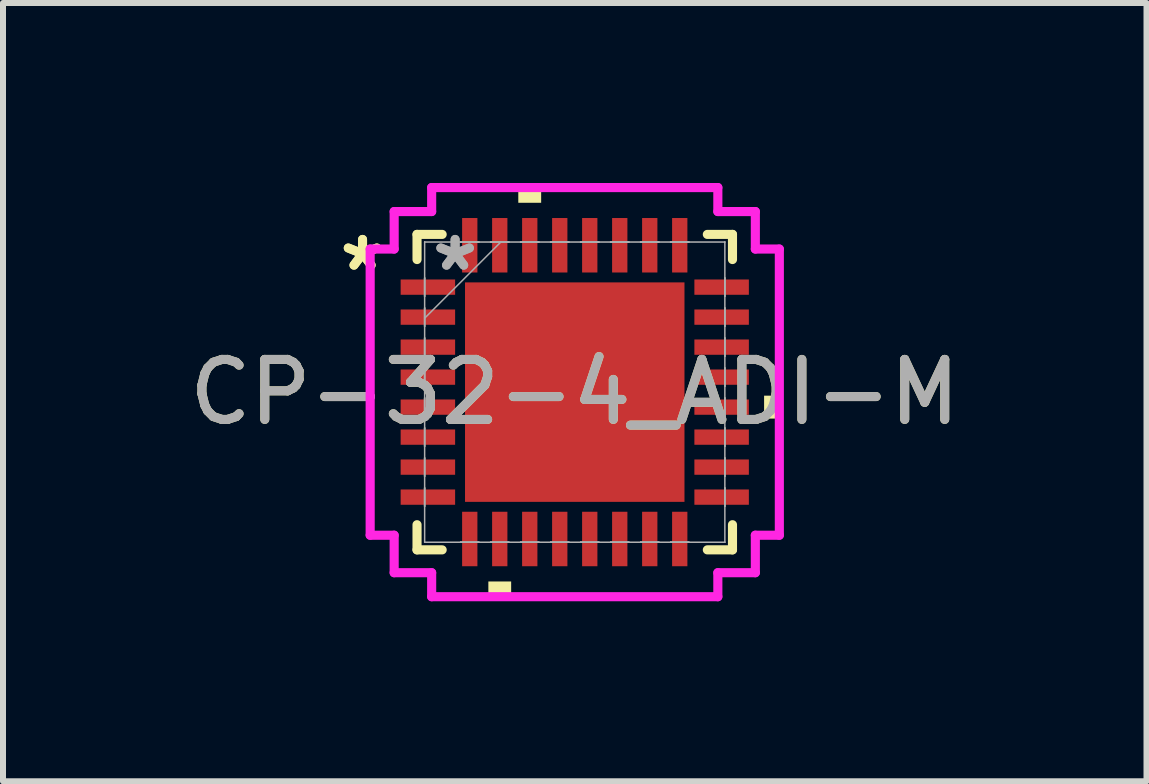
<source format=kicad_pcb>
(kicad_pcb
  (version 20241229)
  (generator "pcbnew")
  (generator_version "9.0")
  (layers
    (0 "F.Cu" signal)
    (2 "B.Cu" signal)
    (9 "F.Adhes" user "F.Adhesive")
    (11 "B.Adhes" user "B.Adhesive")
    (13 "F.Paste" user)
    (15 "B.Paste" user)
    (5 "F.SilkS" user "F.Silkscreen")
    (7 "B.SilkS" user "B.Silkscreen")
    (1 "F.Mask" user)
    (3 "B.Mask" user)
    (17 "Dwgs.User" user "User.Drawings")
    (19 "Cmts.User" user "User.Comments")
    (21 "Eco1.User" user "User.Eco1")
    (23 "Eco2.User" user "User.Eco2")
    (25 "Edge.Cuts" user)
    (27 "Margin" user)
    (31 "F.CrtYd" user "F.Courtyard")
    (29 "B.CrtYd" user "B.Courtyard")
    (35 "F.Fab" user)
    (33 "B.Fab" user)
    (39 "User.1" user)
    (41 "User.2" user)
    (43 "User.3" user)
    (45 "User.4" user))
  (footprint "CP-32-4_ADI-M"
    (layer "F.Cu")
    (at 6.53 3.486)
    (property "Reference" "CP-32-4_ADI-M" (at 0 0 0) (unlocked yes) (layer "F.SilkS") (effects (font (size 1 1) (thickness 0.15))))
    (attr smd)
    (fp_line (start -2.629 -2.629) (end -2.629 -2.21) (stroke (width 0.152) (type solid)) (layer "F.SilkS"))
    (fp_line (start -2.629 2.21) (end -2.629 2.629) (stroke (width 0.152) (type solid)) (layer "F.SilkS"))
    (fp_line (start -2.629 2.629) (end -2.21 2.629) (stroke (width 0.152) (type solid)) (layer "F.SilkS"))
    (fp_line (start -2.21 -2.629) (end -2.629 -2.629) (stroke (width 0.152) (type solid)) (layer "F.SilkS"))
    (fp_line (start 2.21 2.629) (end 2.629 2.629) (stroke (width 0.152) (type solid)) (layer "F.SilkS"))
    (fp_line (start 2.629 -2.629) (end 2.21 -2.629) (stroke (width 0.152) (type solid)) (layer "F.SilkS"))
    (fp_line (start 2.629 -2.21) (end 2.629 -2.629) (stroke (width 0.152) (type solid)) (layer "F.SilkS"))
    (fp_line (start 2.629 2.629) (end 2.629 2.21) (stroke (width 0.152) (type solid)) (layer "F.SilkS"))
    (fp_poly (pts (xy -1.44 3.156) (xy -1.44 3.41) (xy -1.06 3.41) (xy -1.06 3.156)) (stroke (width 0) (type solid)) (fill yes) (layer "F.SilkS"))
    (fp_poly (pts (xy -0.941 -3.156) (xy -0.941 -3.41) (xy -0.56 -3.41) (xy -0.56 -3.156)) (stroke (width 0) (type solid)) (fill yes) (layer "F.SilkS"))
    (fp_poly (pts (xy 3.41 0.059) (xy 3.41 0.441) (xy 3.156 0.441) (xy 3.156 0.059)) (stroke (width 0) (type solid)) (fill yes) (layer "F.SilkS"))
    (fp_poly (pts (xy -1.729 -1.729) (xy -1.729 -0.1) (xy -0.1 -0.1) (xy -0.1 -1.729)) (stroke (width 0) (type solid)) (fill yes) (layer "F.Paste"))
    (fp_poly (pts (xy -1.729 0.1) (xy -1.729 1.729) (xy -0.1 1.729) (xy -0.1 0.1)) (stroke (width 0) (type solid)) (fill yes) (layer "F.Paste"))
    (fp_poly (pts (xy 0.1 -1.729) (xy 0.1 -0.1) (xy 1.729 -0.1) (xy 1.729 -1.729)) (stroke (width 0) (type solid)) (fill yes) (layer "F.Paste"))
    (fp_poly (pts (xy 0.1 0.1) (xy 0.1 1.729) (xy 1.729 1.729) (xy 1.729 0.1)) (stroke (width 0) (type solid)) (fill yes) (layer "F.Paste"))
    (fp_line (start -3.41 -2.385) (end -3.01 -2.385) (stroke (width 0.152) (type solid)) (layer "F.CrtYd"))
    (fp_line (start -3.41 2.385) (end -3.41 -2.385) (stroke (width 0.152) (type solid)) (layer "F.CrtYd"))
    (fp_line (start -3.01 -3.01) (end -2.385 -3.01) (stroke (width 0.152) (type solid)) (layer "F.CrtYd"))
    (fp_line (start -3.01 -2.385) (end -3.01 -3.01) (stroke (width 0.152) (type solid)) (layer "F.CrtYd"))
    (fp_line (start -3.01 2.385) (end -3.41 2.385) (stroke (width 0.152) (type solid)) (layer "F.CrtYd"))
    (fp_line (start -3.01 3.01) (end -3.01 2.385) (stroke (width 0.152) (type solid)) (layer "F.CrtYd"))
    (fp_line (start -2.385 -3.41) (end 2.385 -3.41) (stroke (width 0.152) (type solid)) (layer "F.CrtYd"))
    (fp_line (start -2.385 -3.01) (end -2.385 -3.41) (stroke (width 0.152) (type solid)) (layer "F.CrtYd"))
    (fp_line (start -2.385 3.01) (end -3.01 3.01) (stroke (width 0.152) (type solid)) (layer "F.CrtYd"))
    (fp_line (start -2.385 3.41) (end -2.385 3.01) (stroke (width 0.152) (type solid)) (layer "F.CrtYd"))
    (fp_line (start 2.385 -3.41) (end 2.385 -3.01) (stroke (width 0.152) (type solid)) (layer "F.CrtYd"))
    (fp_line (start 2.385 -3.01) (end 3.01 -3.01) (stroke (width 0.152) (type solid)) (layer "F.CrtYd"))
    (fp_line (start 2.385 3.01) (end 2.385 3.41) (stroke (width 0.152) (type solid)) (layer "F.CrtYd"))
    (fp_line (start 2.385 3.41) (end -2.385 3.41) (stroke (width 0.152) (type solid)) (layer "F.CrtYd"))
    (fp_line (start 3.01 -3.01) (end 3.01 -2.385) (stroke (width 0.152) (type solid)) (layer "F.CrtYd"))
    (fp_line (start 3.01 -2.385) (end 3.41 -2.385) (stroke (width 0.152) (type solid)) (layer "F.CrtYd"))
    (fp_line (start 3.01 2.385) (end 3.01 3.01) (stroke (width 0.152) (type solid)) (layer "F.CrtYd"))
    (fp_line (start 3.01 3.01) (end 2.385 3.01) (stroke (width 0.152) (type solid)) (layer "F.CrtYd"))
    (fp_line (start 3.41 -2.385) (end 3.41 2.385) (stroke (width 0.152) (type solid)) (layer "F.CrtYd"))
    (fp_line (start 3.41 2.385) (end 3.01 2.385) (stroke (width 0.152) (type solid)) (layer "F.CrtYd"))
    (fp_line (start -2.502 -2.502) (end -2.502 -2.502) (stroke (width 0.025) (type solid)) (layer "F.Fab"))
    (fp_line (start -2.502 -2.502) (end -2.502 2.502) (stroke (width 0.025) (type solid)) (layer "F.Fab"))
    (fp_line (start -2.502 -1.902) (end -2.502 -1.902) (stroke (width 0.025) (type solid)) (layer "F.Fab"))
    (fp_line (start -2.502 -1.902) (end -2.502 -1.598) (stroke (width 0.025) (type solid)) (layer "F.Fab"))
    (fp_line (start -2.502 -1.598) (end -2.502 -1.902) (stroke (width 0.025) (type solid)) (layer "F.Fab"))
    (fp_line (start -2.502 -1.598) (end -2.502 -1.598) (stroke (width 0.025) (type solid)) (layer "F.Fab"))
    (fp_line (start -2.502 -1.402) (end -2.502 -1.402) (stroke (width 0.025) (type solid)) (layer "F.Fab"))
    (fp_line (start -2.502 -1.402) (end -2.502 -1.098) (stroke (width 0.025) (type solid)) (layer "F.Fab"))
    (fp_line (start -2.502 -1.232) (end -1.232 -2.502) (stroke (width 0.025) (type solid)) (layer "F.Fab"))
    (fp_line (start -2.502 -1.098) (end -2.502 -1.402) (stroke (width 0.025) (type solid)) (layer "F.Fab"))
    (fp_line (start -2.502 -1.098) (end -2.502 -1.098) (stroke (width 0.025) (type solid)) (layer "F.Fab"))
    (fp_line (start -2.502 -0.902) (end -2.502 -0.902) (stroke (width 0.025) (type solid)) (layer "F.Fab"))
    (fp_line (start -2.502 -0.902) (end -2.502 -0.598) (stroke (width 0.025) (type solid)) (layer "F.Fab"))
    (fp_line (start -2.502 -0.598) (end -2.502 -0.902) (stroke (width 0.025) (type solid)) (layer "F.Fab"))
    (fp_line (start -2.502 -0.598) (end -2.502 -0.598) (stroke (width 0.025) (type solid)) (layer "F.Fab"))
    (fp_line (start -2.502 -0.402) (end -2.502 -0.402) (stroke (width 0.025) (type solid)) (layer "F.Fab"))
    (fp_line (start -2.502 -0.402) (end -2.502 -0.098) (stroke (width 0.025) (type solid)) (layer "F.Fab"))
    (fp_line (start -2.502 -0.098) (end -2.502 -0.402) (stroke (width 0.025) (type solid)) (layer "F.Fab"))
    (fp_line (start -2.502 -0.098) (end -2.502 -0.098) (stroke (width 0.025) (type solid)) (layer "F.Fab"))
    (fp_line (start -2.502 0.098) (end -2.502 0.098) (stroke (width 0.025) (type solid)) (layer "F.Fab"))
    (fp_line (start -2.502 0.098) (end -2.502 0.402) (stroke (width 0.025) (type solid)) (layer "F.Fab"))
    (fp_line (start -2.502 0.402) (end -2.502 0.098) (stroke (width 0.025) (type solid)) (layer "F.Fab"))
    (fp_line (start -2.502 0.402) (end -2.502 0.402) (stroke (width 0.025) (type solid)) (layer "F.Fab"))
    (fp_line (start -2.502 0.598) (end -2.502 0.598) (stroke (width 0.025) (type solid)) (layer "F.Fab"))
    (fp_line (start -2.502 0.598) (end -2.502 0.902) (stroke (width 0.025) (type solid)) (layer "F.Fab"))
    (fp_line (start -2.502 0.902) (end -2.502 0.598) (stroke (width 0.025) (type solid)) (layer "F.Fab"))
    (fp_line (start -2.502 0.902) (end -2.502 0.902) (stroke (width 0.025) (type solid)) (layer "F.Fab"))
    (fp_line (start -2.502 1.098) (end -2.502 1.098) (stroke (width 0.025) (type solid)) (layer "F.Fab"))
    (fp_line (start -2.502 1.098) (end -2.502 1.402) (stroke (width 0.025) (type solid)) (layer "F.Fab"))
    (fp_line (start -2.502 1.402) (end -2.502 1.098) (stroke (width 0.025) (type solid)) (layer "F.Fab"))
    (fp_line (start -2.502 1.402) (end -2.502 1.402) (stroke (width 0.025) (type solid)) (layer "F.Fab"))
    (fp_line (start -2.502 1.598) (end -2.502 1.598) (stroke (width 0.025) (type solid)) (layer "F.Fab"))
    (fp_line (start -2.502 1.598) (end -2.502 1.902) (stroke (width 0.025) (type solid)) (layer "F.Fab"))
    (fp_line (start -2.502 1.902) (end -2.502 1.598) (stroke (width 0.025) (type solid)) (layer "F.Fab"))
    (fp_line (start -2.502 1.902) (end -2.502 1.902) (stroke (width 0.025) (type solid)) (layer "F.Fab"))
    (fp_line (start -2.502 2.502) (end -2.502 2.502) (stroke (width 0.025) (type solid)) (layer "F.Fab"))
    (fp_line (start -2.502 2.502) (end 2.502 2.502) (stroke (width 0.025) (type solid)) (layer "F.Fab"))
    (fp_line (start -1.902 -2.502) (end -1.902 -2.502) (stroke (width 0.025) (type solid)) (layer "F.Fab"))
    (fp_line (start -1.902 -2.502) (end -1.598 -2.502) (stroke (width 0.025) (type solid)) (layer "F.Fab"))
    (fp_line (start -1.902 2.502) (end -1.902 2.502) (stroke (width 0.025) (type solid)) (layer "F.Fab"))
    (fp_line (start -1.902 2.502) (end -1.598 2.502) (stroke (width 0.025) (type solid)) (layer "F.Fab"))
    (fp_line (start -1.598 -2.502) (end -1.902 -2.502) (stroke (width 0.025) (type solid)) (layer "F.Fab"))
    (fp_line (start -1.598 -2.502) (end -1.598 -2.502) (stroke (width 0.025) (type solid)) (layer "F.Fab"))
    (fp_line (start -1.598 2.502) (end -1.902 2.502) (stroke (width 0.025) (type solid)) (layer "F.Fab"))
    (fp_line (start -1.598 2.502) (end -1.598 2.502) (stroke (width 0.025) (type solid)) (layer "F.Fab"))
    (fp_line (start -1.402 -2.502) (end -1.402 -2.502) (stroke (width 0.025) (type solid)) (layer "F.Fab"))
    (fp_line (start -1.402 -2.502) (end -1.098 -2.502) (stroke (width 0.025) (type solid)) (layer "F.Fab"))
    (fp_line (start -1.402 2.502) (end -1.402 2.502) (stroke (width 0.025) (type solid)) (layer "F.Fab"))
    (fp_line (start -1.402 2.502) (end -1.098 2.502) (stroke (width 0.025) (type solid)) (layer "F.Fab"))
    (fp_line (start -1.098 -2.502) (end -1.402 -2.502) (stroke (width 0.025) (type solid)) (layer "F.Fab"))
    (fp_line (start -1.098 -2.502) (end -1.098 -2.502) (stroke (width 0.025) (type solid)) (layer "F.Fab"))
    (fp_line (start -1.098 2.502) (end -1.402 2.502) (stroke (width 0.025) (type solid)) (layer "F.Fab"))
    (fp_line (start -1.098 2.502) (end -1.098 2.502) (stroke (width 0.025) (type solid)) (layer "F.Fab"))
    (fp_line (start -0.902 -2.502) (end -0.902 -2.502) (stroke (width 0.025) (type solid)) (layer "F.Fab"))
    (fp_line (start -0.902 -2.502) (end -0.598 -2.502) (stroke (width 0.025) (type solid)) (layer "F.Fab"))
    (fp_line (start -0.902 2.502) (end -0.902 2.502) (stroke (width 0.025) (type solid)) (layer "F.Fab"))
    (fp_line (start -0.902 2.502) (end -0.598 2.502) (stroke (width 0.025) (type solid)) (layer "F.Fab"))
    (fp_line (start -0.598 -2.502) (end -0.902 -2.502) (stroke (width 0.025) (type solid)) (layer "F.Fab"))
    (fp_line (start -0.598 -2.502) (end -0.598 -2.502) (stroke (width 0.025) (type solid)) (layer "F.Fab"))
    (fp_line (start -0.598 2.502) (end -0.902 2.502) (stroke (width 0.025) (type solid)) (layer "F.Fab"))
    (fp_line (start -0.598 2.502) (end -0.598 2.502) (stroke (width 0.025) (type solid)) (layer "F.Fab"))
    (fp_line (start -0.402 -2.502) (end -0.402 -2.502) (stroke (width 0.025) (type solid)) (layer "F.Fab"))
    (fp_line (start -0.402 -2.502) (end -0.098 -2.502) (stroke (width 0.025) (type solid)) (layer "F.Fab"))
    (fp_line (start -0.402 2.502) (end -0.402 2.502) (stroke (width 0.025) (type solid)) (layer "F.Fab"))
    (fp_line (start -0.402 2.502) (end -0.098 2.502) (stroke (width 0.025) (type solid)) (layer "F.Fab"))
    (fp_line (start -0.098 -2.502) (end -0.402 -2.502) (stroke (width 0.025) (type solid)) (layer "F.Fab"))
    (fp_line (start -0.098 -2.502) (end -0.098 -2.502) (stroke (width 0.025) (type solid)) (layer "F.Fab"))
    (fp_line (start -0.098 2.502) (end -0.402 2.502) (stroke (width 0.025) (type solid)) (layer "F.Fab"))
    (fp_line (start -0.098 2.502) (end -0.098 2.502) (stroke (width 0.025) (type solid)) (layer "F.Fab"))
    (fp_line (start 0.098 -2.502) (end 0.098 -2.502) (stroke (width 0.025) (type solid)) (layer "F.Fab"))
    (fp_line (start 0.098 -2.502) (end 0.402 -2.502) (stroke (width 0.025) (type solid)) (layer "F.Fab"))
    (fp_line (start 0.098 2.502) (end 0.098 2.502) (stroke (width 0.025) (type solid)) (layer "F.Fab"))
    (fp_line (start 0.098 2.502) (end 0.402 2.502) (stroke (width 0.025) (type solid)) (layer "F.Fab"))
    (fp_line (start 0.402 -2.502) (end 0.098 -2.502) (stroke (width 0.025) (type solid)) (layer "F.Fab"))
    (fp_line (start 0.402 -2.502) (end 0.402 -2.502) (stroke (width 0.025) (type solid)) (layer "F.Fab"))
    (fp_line (start 0.402 2.502) (end 0.098 2.502) (stroke (width 0.025) (type solid)) (layer "F.Fab"))
    (fp_line (start 0.402 2.502) (end 0.402 2.502) (stroke (width 0.025) (type solid)) (layer "F.Fab"))
    (fp_line (start 0.598 -2.502) (end 0.598 -2.502) (stroke (width 0.025) (type solid)) (layer "F.Fab"))
    (fp_line (start 0.598 -2.502) (end 0.902 -2.502) (stroke (width 0.025) (type solid)) (layer "F.Fab"))
    (fp_line (start 0.598 2.502) (end 0.598 2.502) (stroke (width 0.025) (type solid)) (layer "F.Fab"))
    (fp_line (start 0.598 2.502) (end 0.902 2.502) (stroke (width 0.025) (type solid)) (layer "F.Fab"))
    (fp_line (start 0.902 -2.502) (end 0.598 -2.502) (stroke (width 0.025) (type solid)) (layer "F.Fab"))
    (fp_line (start 0.902 -2.502) (end 0.902 -2.502) (stroke (width 0.025) (type solid)) (layer "F.Fab"))
    (fp_line (start 0.902 2.502) (end 0.598 2.502) (stroke (width 0.025) (type solid)) (layer "F.Fab"))
    (fp_line (start 0.902 2.502) (end 0.902 2.502) (stroke (width 0.025) (type solid)) (layer "F.Fab"))
    (fp_line (start 1.098 -2.502) (end 1.098 -2.502) (stroke (width 0.025) (type solid)) (layer "F.Fab"))
    (fp_line (start 1.098 -2.502) (end 1.402 -2.502) (stroke (width 0.025) (type solid)) (layer "F.Fab"))
    (fp_line (start 1.098 2.502) (end 1.098 2.502) (stroke (width 0.025) (type solid)) (layer "F.Fab"))
    (fp_line (start 1.098 2.502) (end 1.402 2.502) (stroke (width 0.025) (type solid)) (layer "F.Fab"))
    (fp_line (start 1.402 -2.502) (end 1.098 -2.502) (stroke (width 0.025) (type solid)) (layer "F.Fab"))
    (fp_line (start 1.402 -2.502) (end 1.402 -2.502) (stroke (width 0.025) (type solid)) (layer "F.Fab"))
    (fp_line (start 1.402 2.502) (end 1.098 2.502) (stroke (width 0.025) (type solid)) (layer "F.Fab"))
    (fp_line (start 1.402 2.502) (end 1.402 2.502) (stroke (width 0.025) (type solid)) (layer "F.Fab"))
    (fp_line (start 1.598 -2.502) (end 1.598 -2.502) (stroke (width 0.025) (type solid)) (layer "F.Fab"))
    (fp_line (start 1.598 -2.502) (end 1.902 -2.502) (stroke (width 0.025) (type solid)) (layer "F.Fab"))
    (fp_line (start 1.598 2.502) (end 1.598 2.502) (stroke (width 0.025) (type solid)) (layer "F.Fab"))
    (fp_line (start 1.598 2.502) (end 1.902 2.502) (stroke (width 0.025) (type solid)) (layer "F.Fab"))
    (fp_line (start 1.902 -2.502) (end 1.598 -2.502) (stroke (width 0.025) (type solid)) (layer "F.Fab"))
    (fp_line (start 1.902 -2.502) (end 1.902 -2.502) (stroke (width 0.025) (type solid)) (layer "F.Fab"))
    (fp_line (start 1.902 2.502) (end 1.598 2.502) (stroke (width 0.025) (type solid)) (layer "F.Fab"))
    (fp_line (start 1.902 2.502) (end 1.902 2.502) (stroke (width 0.025) (type solid)) (layer "F.Fab"))
    (fp_line (start 2.502 -2.502) (end -2.502 -2.502) (stroke (width 0.025) (type solid)) (layer "F.Fab"))
    (fp_line (start 2.502 -2.502) (end 2.502 -2.502) (stroke (width 0.025) (type solid)) (layer "F.Fab"))
    (fp_line (start 2.502 -1.902) (end 2.502 -1.902) (stroke (width 0.025) (type solid)) (layer "F.Fab"))
    (fp_line (start 2.502 -1.902) (end 2.502 -1.598) (stroke (width 0.025) (type solid)) (layer "F.Fab"))
    (fp_line (start 2.502 -1.598) (end 2.502 -1.902) (stroke (width 0.025) (type solid)) (layer "F.Fab"))
    (fp_line (start 2.502 -1.598) (end 2.502 -1.598) (stroke (width 0.025) (type solid)) (layer "F.Fab"))
    (fp_line (start 2.502 -1.402) (end 2.502 -1.402) (stroke (width 0.025) (type solid)) (layer "F.Fab"))
    (fp_line (start 2.502 -1.402) (end 2.502 -1.098) (stroke (width 0.025) (type solid)) (layer "F.Fab"))
    (fp_line (start 2.502 -1.098) (end 2.502 -1.402) (stroke (width 0.025) (type solid)) (layer "F.Fab"))
    (fp_line (start 2.502 -1.098) (end 2.502 -1.098) (stroke (width 0.025) (type solid)) (layer "F.Fab"))
    (fp_line (start 2.502 -0.902) (end 2.502 -0.902) (stroke (width 0.025) (type solid)) (layer "F.Fab"))
    (fp_line (start 2.502 -0.902) (end 2.502 -0.598) (stroke (width 0.025) (type solid)) (layer "F.Fab"))
    (fp_line (start 2.502 -0.598) (end 2.502 -0.902) (stroke (width 0.025) (type solid)) (layer "F.Fab"))
    (fp_line (start 2.502 -0.598) (end 2.502 -0.598) (stroke (width 0.025) (type solid)) (layer "F.Fab"))
    (fp_line (start 2.502 -0.402) (end 2.502 -0.402) (stroke (width 0.025) (type solid)) (layer "F.Fab"))
    (fp_line (start 2.502 -0.402) (end 2.502 -0.098) (stroke (width 0.025) (type solid)) (layer "F.Fab"))
    (fp_line (start 2.502 -0.098) (end 2.502 -0.402) (stroke (width 0.025) (type solid)) (layer "F.Fab"))
    (fp_line (start 2.502 -0.098) (end 2.502 -0.098) (stroke (width 0.025) (type solid)) (layer "F.Fab"))
    (fp_line (start 2.502 0.098) (end 2.502 0.098) (stroke (width 0.025) (type solid)) (layer "F.Fab"))
    (fp_line (start 2.502 0.098) (end 2.502 0.402) (stroke (width 0.025) (type solid)) (layer "F.Fab"))
    (fp_line (start 2.502 0.402) (end 2.502 0.098) (stroke (width 0.025) (type solid)) (layer "F.Fab"))
    (fp_line (start 2.502 0.402) (end 2.502 0.402) (stroke (width 0.025) (type solid)) (layer "F.Fab"))
    (fp_line (start 2.502 0.598) (end 2.502 0.598) (stroke (width 0.025) (type solid)) (layer "F.Fab"))
    (fp_line (start 2.502 0.598) (end 2.502 0.902) (stroke (width 0.025) (type solid)) (layer "F.Fab"))
    (fp_line (start 2.502 0.902) (end 2.502 0.598) (stroke (width 0.025) (type solid)) (layer "F.Fab"))
    (fp_line (start 2.502 0.902) (end 2.502 0.902) (stroke (width 0.025) (type solid)) (layer "F.Fab"))
    (fp_line (start 2.502 1.098) (end 2.502 1.098) (stroke (width 0.025) (type solid)) (layer "F.Fab"))
    (fp_line (start 2.502 1.098) (end 2.502 1.402) (stroke (width 0.025) (type solid)) (layer "F.Fab"))
    (fp_line (start 2.502 1.402) (end 2.502 1.098) (stroke (width 0.025) (type solid)) (layer "F.Fab"))
    (fp_line (start 2.502 1.402) (end 2.502 1.402) (stroke (width 0.025) (type solid)) (layer "F.Fab"))
    (fp_line (start 2.502 1.598) (end 2.502 1.598) (stroke (width 0.025) (type solid)) (layer "F.Fab"))
    (fp_line (start 2.502 1.598) (end 2.502 1.902) (stroke (width 0.025) (type solid)) (layer "F.Fab"))
    (fp_line (start 2.502 1.902) (end 2.502 1.598) (stroke (width 0.025) (type solid)) (layer "F.Fab"))
    (fp_line (start 2.502 1.902) (end 2.502 1.902) (stroke (width 0.025) (type solid)) (layer "F.Fab"))
    (fp_line (start 2.502 2.502) (end 2.502 -2.502) (stroke (width 0.025) (type solid)) (layer "F.Fab"))
    (fp_line (start 2.502 2.502) (end 2.502 2.502) (stroke (width 0.025) (type solid)) (layer "F.Fab"))
    (fp_text user "*" (at -3.537 -2 0) (layer "F.SilkS") (effects (font (size 1 1) (thickness 0.15))))
    (fp_text user "*" (at -3.537 -2 0) (unlocked yes) (layer "F.SilkS") (effects (font (size 1 1) (thickness 0.15))))
    (fp_text user "*" (at -1.994 -2 0) (unlocked yes) (layer "F.Fab") (effects (font (size 1 1) (thickness 0.15))))
    (fp_text user "*" (at -1.994 -2 0) (layer "F.Fab") (effects (font (size 1 1) (thickness 0.15))))
    (fp_text user "${REFERENCE}" (at 0 0 0) (unlocked yes) (layer "F.Fab") (effects (font (size 1 1) (thickness 0.15))))
    (pad "1" smd rect (at -2.448 -1.75 90) (size 0.255 0.908) (layers "F.Cu" "F.Mask" "F.Paste"))
    (pad "2" smd rect (at -2.448 -1.25 90) (size 0.255 0.908) (layers "F.Cu" "F.Mask" "F.Paste"))
    (pad "3" smd rect (at -2.448 -0.75 90) (size 0.255 0.908) (layers "F.Cu" "F.Mask" "F.Paste"))
    (pad "4" smd rect (at -2.448 -0.25 90) (size 0.255 0.908) (layers "F.Cu" "F.Mask" "F.Paste"))
    (pad "5" smd rect (at -2.448 0.25 90) (size 0.255 0.908) (layers "F.Cu" "F.Mask" "F.Paste"))
    (pad "6" smd rect (at -2.448 0.75 90) (size 0.255 0.908) (layers "F.Cu" "F.Mask" "F.Paste"))
    (pad "7" smd rect (at -2.448 1.25 90) (size 0.255 0.908) (layers "F.Cu" "F.Mask" "F.Paste"))
    (pad "8" smd rect (at -2.448 1.75 90) (size 0.255 0.908) (layers "F.Cu" "F.Mask" "F.Paste"))
    (pad "9" smd rect (at -1.75 2.448) (size 0.255 0.908) (layers "F.Cu" "F.Mask" "F.Paste"))
    (pad "10" smd rect (at -1.25 2.448) (size 0.255 0.908) (layers "F.Cu" "F.Mask" "F.Paste"))
    (pad "11" smd rect (at -0.75 2.448) (size 0.255 0.908) (layers "F.Cu" "F.Mask" "F.Paste"))
    (pad "12" smd rect (at -0.25 2.448) (size 0.255 0.908) (layers "F.Cu" "F.Mask" "F.Paste"))
    (pad "13" smd rect (at 0.25 2.448) (size 0.255 0.908) (layers "F.Cu" "F.Mask" "F.Paste"))
    (pad "14" smd rect (at 0.75 2.448) (size 0.255 0.908) (layers "F.Cu" "F.Mask" "F.Paste"))
    (pad "15" smd rect (at 1.25 2.448) (size 0.255 0.908) (layers "F.Cu" "F.Mask" "F.Paste"))
    (pad "16" smd rect (at 1.75 2.448) (size 0.255 0.908) (layers "F.Cu" "F.Mask" "F.Paste"))
    (pad "17" smd rect (at 2.448 1.75 90) (size 0.255 0.908) (layers "F.Cu" "F.Mask" "F.Paste"))
    (pad "18" smd rect (at 2.448 1.25 90) (size 0.255 0.908) (layers "F.Cu" "F.Mask" "F.Paste"))
    (pad "19" smd rect (at 2.448 0.75 90) (size 0.255 0.908) (layers "F.Cu" "F.Mask" "F.Paste"))
    (pad "20" smd rect (at 2.448 0.25 90) (size 0.255 0.908) (layers "F.Cu" "F.Mask" "F.Paste"))
    (pad "21" smd rect (at 2.448 -0.25 90) (size 0.255 0.908) (layers "F.Cu" "F.Mask" "F.Paste"))
    (pad "22" smd rect (at 2.448 -0.75 90) (size 0.255 0.908) (layers "F.Cu" "F.Mask" "F.Paste"))
    (pad "23" smd rect (at 2.448 -1.25 90) (size 0.255 0.908) (layers "F.Cu" "F.Mask" "F.Paste"))
    (pad "24" smd rect (at 2.448 -1.75 90) (size 0.255 0.908) (layers "F.Cu" "F.Mask" "F.Paste"))
    (pad "25" smd rect (at 1.75 -2.448) (size 0.255 0.908) (layers "F.Cu" "F.Mask" "F.Paste"))
    (pad "26" smd rect (at 1.25 -2.448) (size 0.255 0.908) (layers "F.Cu" "F.Mask" "F.Paste"))
    (pad "27" smd rect (at 0.75 -2.448) (size 0.255 0.908) (layers "F.Cu" "F.Mask" "F.Paste"))
    (pad "28" smd rect (at 0.25 -2.448) (size 0.255 0.908) (layers "F.Cu" "F.Mask" "F.Paste"))
    (pad "29" smd rect (at -0.25 -2.448) (size 0.255 0.908) (layers "F.Cu" "F.Mask" "F.Paste"))
    (pad "30" smd rect (at -0.75 -2.448) (size 0.255 0.908) (layers "F.Cu" "F.Mask" "F.Paste"))
    (pad "31" smd rect (at -1.25 -2.448) (size 0.255 0.908) (layers "F.Cu" "F.Mask" "F.Paste"))
    (pad "32" smd rect (at -1.75 -2.448) (size 0.255 0.908) (layers "F.Cu" "F.Mask" "F.Paste"))
    (pad "33" smd rect (at 0 0) (size 3.658 3.658) (layers "F.Cu" "F.Mask" "F.Paste")))
  (gr_rect
    (start -3 -3)
    (end 16.06 9.972)
    (stroke (width 0.1) (type default))
    (fill no)
    (layer "Edge.Cuts")))
</source>
